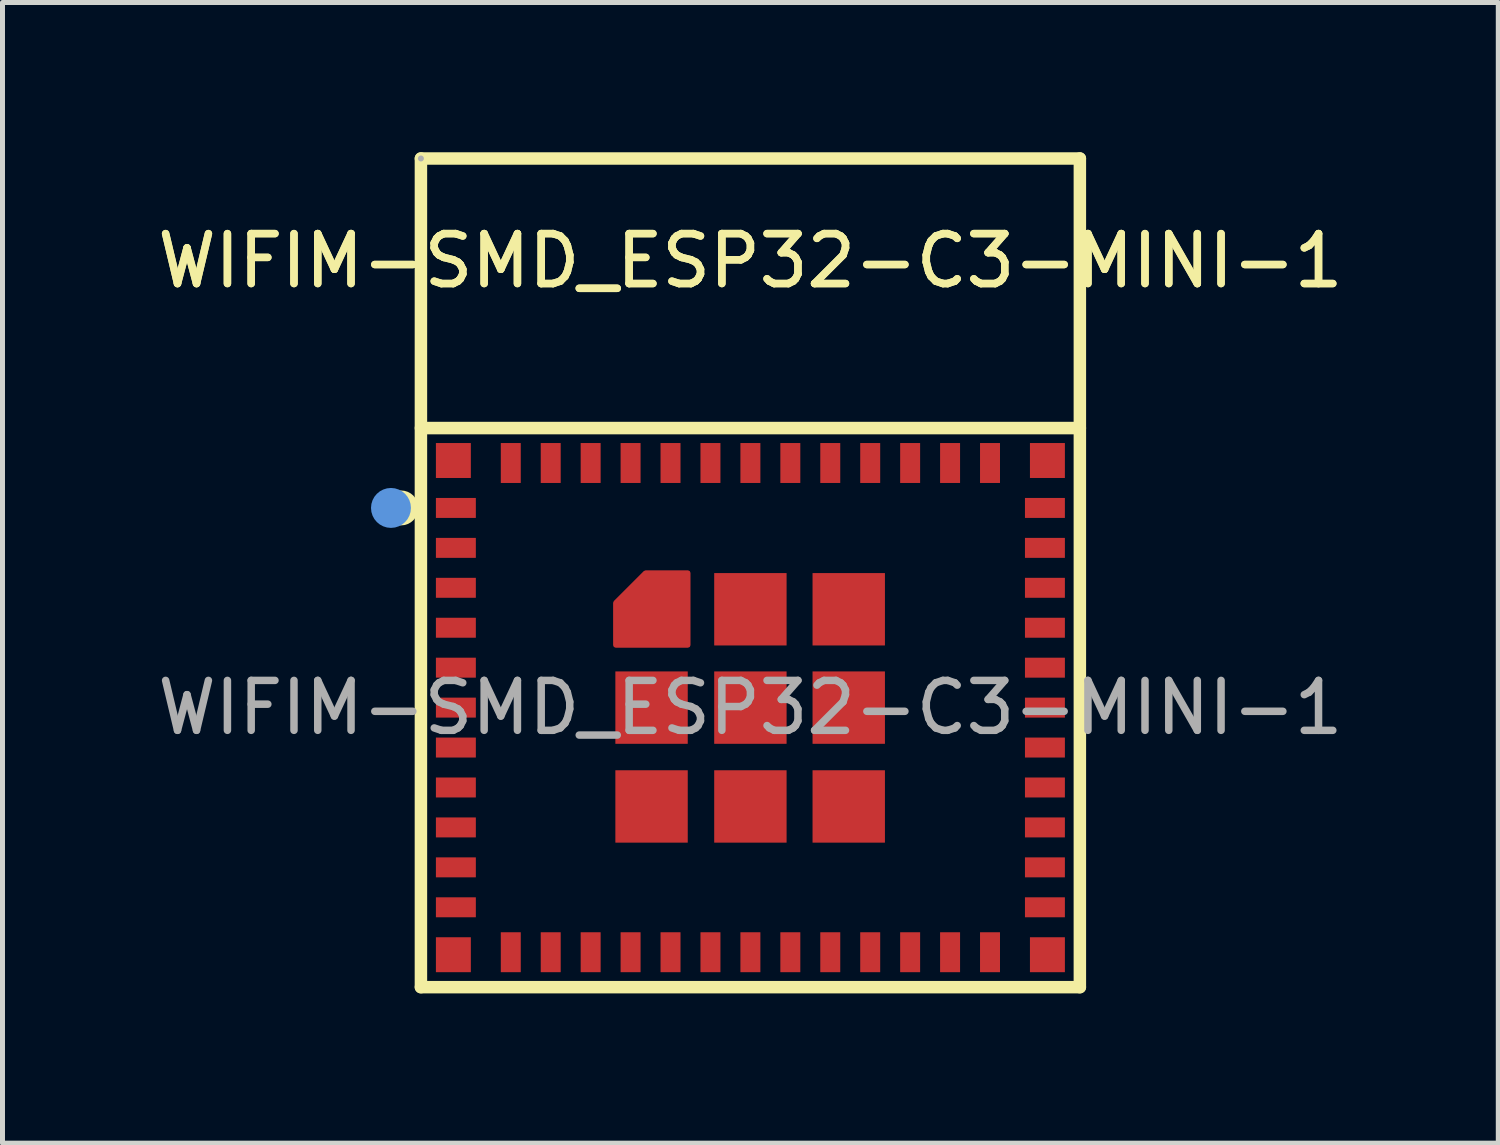
<source format=kicad_pcb>
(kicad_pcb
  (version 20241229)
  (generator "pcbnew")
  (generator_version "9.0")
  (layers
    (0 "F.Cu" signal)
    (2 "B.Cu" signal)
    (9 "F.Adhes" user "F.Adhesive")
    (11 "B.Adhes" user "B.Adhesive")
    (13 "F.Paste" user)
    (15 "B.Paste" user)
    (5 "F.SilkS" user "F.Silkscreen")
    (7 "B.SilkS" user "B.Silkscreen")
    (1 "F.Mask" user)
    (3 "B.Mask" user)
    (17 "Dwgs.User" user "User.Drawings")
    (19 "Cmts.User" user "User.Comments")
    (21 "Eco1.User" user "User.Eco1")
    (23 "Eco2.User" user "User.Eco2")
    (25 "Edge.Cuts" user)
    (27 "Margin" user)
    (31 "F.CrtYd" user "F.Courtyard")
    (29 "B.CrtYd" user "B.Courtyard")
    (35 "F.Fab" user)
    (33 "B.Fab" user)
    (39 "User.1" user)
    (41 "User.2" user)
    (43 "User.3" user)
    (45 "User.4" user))
  (footprint "WIFIM-SMD_ESP32-C3-MINI-1"
    (layer "F.Cu")
    (at 11.982 11.125)
    (property "Reference" "WIFIM-SMD_ESP32-C3-MINI-1" (at 0 -8.95 0) (layer "F.SilkS") (effects (font (size 1 1) (thickness 0.15))))
    (attr smd)
    (fp_line (start -6.6 -11) (end 6.6 -11) (stroke (width 0.25) (type solid)) (layer "F.SilkS"))
    (fp_line (start -6.6 5.6) (end -6.6 -11) (stroke (width 0.25) (type solid)) (layer "F.SilkS"))
    (fp_line (start -6.6 5.6) (end 6.6 5.6) (stroke (width 0.25) (type solid)) (layer "F.SilkS"))
    (fp_line (start 6.6 -5.6) (end -6.6 -5.6) (stroke (width 0.25) (type solid)) (layer "F.SilkS"))
    (fp_line (start 6.6 5.6) (end 6.6 -11) (stroke (width 0.25) (type solid)) (layer "F.SilkS"))
    (fp_circle (center -7 -4) (end -6.9 -4) (stroke (width 0.25) (type solid)) (fill no) (layer "F.SilkS"))
    (fp_circle (center -7.2 -4) (end -7 -4) (stroke (width 0.4) (type solid)) (fill no) (layer "Cmts.User"))
    (fp_circle (center -6.6 -11) (end -6.57 -11) (stroke (width 0.06) (type solid)) (fill no) (layer "F.Fab"))
    (fp_text user "${REFERENCE}" (at 0 -8.95 0) (layer "F.SilkS") (effects (font (size 1 1) (thickness 0.15))))
    (fp_text user "${REFERENCE}" (at 0 0 0) (layer "F.Fab") (effects (font (size 1 1) (thickness 0.15))))
    (pad "1" smd rect (at -5.9 -4 90) (size 0.4 0.8) (layers "F.Cu" "F.Mask" "F.Paste"))
    (pad "2" smd rect (at -5.9 -3.2 90) (size 0.4 0.8) (layers "F.Cu" "F.Mask" "F.Paste"))
    (pad "3" smd rect (at -5.9 -2.4 90) (size 0.4 0.8) (layers "F.Cu" "F.Mask" "F.Paste"))
    (pad "4" smd rect (at -5.9 -1.6 90) (size 0.4 0.8) (layers "F.Cu" "F.Mask" "F.Paste"))
    (pad "5" smd rect (at -5.9 -0.8 90) (size 0.4 0.8) (layers "F.Cu" "F.Mask" "F.Paste"))
    (pad "6" smd rect (at -5.9 0 90) (size 0.4 0.8) (layers "F.Cu" "F.Mask" "F.Paste"))
    (pad "7" smd rect (at -5.9 0.8 90) (size 0.4 0.8) (layers "F.Cu" "F.Mask" "F.Paste"))
    (pad "8" smd rect (at -5.9 1.6 90) (size 0.4 0.8) (layers "F.Cu" "F.Mask" "F.Paste"))
    (pad "9" smd rect (at -5.9 2.4 90) (size 0.4 0.8) (layers "F.Cu" "F.Mask" "F.Paste"))
    (pad "10" smd rect (at -5.9 3.2 90) (size 0.4 0.8) (layers "F.Cu" "F.Mask" "F.Paste"))
    (pad "11" smd rect (at -5.9 4 90) (size 0.4 0.8) (layers "F.Cu" "F.Mask" "F.Paste"))
    (pad "12" smd rect (at -4.8 4.9 180) (size 0.4 0.8) (layers "F.Cu" "F.Mask" "F.Paste"))
    (pad "13" smd rect (at -4 4.9 180) (size 0.4 0.8) (layers "F.Cu" "F.Mask" "F.Paste"))
    (pad "14" smd rect (at -3.2 4.9 180) (size 0.4 0.8) (layers "F.Cu" "F.Mask" "F.Paste"))
    (pad "15" smd rect (at -2.4 4.9 180) (size 0.4 0.8) (layers "F.Cu" "F.Mask" "F.Paste"))
    (pad "16" smd rect (at -1.6 4.9 180) (size 0.4 0.8) (layers "F.Cu" "F.Mask" "F.Paste"))
    (pad "17" smd rect (at -0.8 4.9 180) (size 0.4 0.8) (layers "F.Cu" "F.Mask" "F.Paste"))
    (pad "18" smd rect (at 0 4.9 180) (size 0.4 0.8) (layers "F.Cu" "F.Mask" "F.Paste"))
    (pad "19" smd rect (at 0.8 4.9 180) (size 0.4 0.8) (layers "F.Cu" "F.Mask" "F.Paste"))
    (pad "20" smd rect (at 1.6 4.9 180) (size 0.4 0.8) (layers "F.Cu" "F.Mask" "F.Paste"))
    (pad "21" smd rect (at 2.4 4.9 180) (size 0.4 0.8) (layers "F.Cu" "F.Mask" "F.Paste"))
    (pad "22" smd rect (at 3.2 4.9 180) (size 0.4 0.8) (layers "F.Cu" "F.Mask" "F.Paste"))
    (pad "23" smd rect (at 4 4.9 180) (size 0.4 0.8) (layers "F.Cu" "F.Mask" "F.Paste"))
    (pad "24" smd rect (at 4.8 4.9 180) (size 0.4 0.8) (layers "F.Cu" "F.Mask" "F.Paste"))
    (pad "25" smd rect (at 5.9 4 270) (size 0.4 0.8) (layers "F.Cu" "F.Mask" "F.Paste"))
    (pad "26" smd rect (at 5.9 3.2 270) (size 0.4 0.8) (layers "F.Cu" "F.Mask" "F.Paste"))
    (pad "27" smd rect (at 5.9 2.4 270) (size 0.4 0.8) (layers "F.Cu" "F.Mask" "F.Paste"))
    (pad "28" smd rect (at 5.9 1.6 270) (size 0.4 0.8) (layers "F.Cu" "F.Mask" "F.Paste"))
    (pad "29" smd rect (at 5.9 0.8 270) (size 0.4 0.8) (layers "F.Cu" "F.Mask" "F.Paste"))
    (pad "30" smd rect (at 5.9 0 270) (size 0.4 0.8) (layers "F.Cu" "F.Mask" "F.Paste"))
    (pad "31" smd rect (at 5.9 -0.8 270) (size 0.4 0.8) (layers "F.Cu" "F.Mask" "F.Paste"))
    (pad "32" smd rect (at 5.9 -1.6 270) (size 0.4 0.8) (layers "F.Cu" "F.Mask" "F.Paste"))
    (pad "33" smd rect (at 5.9 -2.4 270) (size 0.4 0.8) (layers "F.Cu" "F.Mask" "F.Paste"))
    (pad "34" smd rect (at 5.9 -3.2 270) (size 0.4 0.8) (layers "F.Cu" "F.Mask" "F.Paste"))
    (pad "35" smd rect (at 5.9 -4 270) (size 0.4 0.8) (layers "F.Cu" "F.Mask" "F.Paste"))
    (pad "36" smd rect (at 4.8 -4.9) (size 0.4 0.8) (layers "F.Cu" "F.Mask" "F.Paste"))
    (pad "37" smd rect (at 4 -4.9) (size 0.4 0.8) (layers "F.Cu" "F.Mask" "F.Paste"))
    (pad "38" smd rect (at 3.2 -4.9) (size 0.4 0.8) (layers "F.Cu" "F.Mask" "F.Paste"))
    (pad "39" smd rect (at 2.4 -4.9) (size 0.4 0.8) (layers "F.Cu" "F.Mask" "F.Paste"))
    (pad "40" smd rect (at 1.6 -4.9) (size 0.4 0.8) (layers "F.Cu" "F.Mask" "F.Paste"))
    (pad "41" smd rect (at 0.8 -4.9) (size 0.4 0.8) (layers "F.Cu" "F.Mask" "F.Paste"))
    (pad "42" smd rect (at 0 -4.9) (size 0.4 0.8) (layers "F.Cu" "F.Mask" "F.Paste"))
    (pad "43" smd rect (at -0.8 -4.9) (size 0.4 0.8) (layers "F.Cu" "F.Mask" "F.Paste"))
    (pad "44" smd rect (at -1.6 -4.9) (size 0.4 0.8) (layers "F.Cu" "F.Mask" "F.Paste"))
    (pad "45" smd rect (at -2.4 -4.9) (size 0.4 0.8) (layers "F.Cu" "F.Mask" "F.Paste"))
    (pad "46" smd rect (at -3.2 -4.9) (size 0.4 0.8) (layers "F.Cu" "F.Mask" "F.Paste"))
    (pad "47" smd rect (at -4 -4.9) (size 0.4 0.8) (layers "F.Cu" "F.Mask" "F.Paste"))
    (pad "48" smd rect (at -4.8 -4.9) (size 0.4 0.8) (layers "F.Cu" "F.Mask" "F.Paste"))
    (pad "49" smd custom (at -1.98 -1.98) (size 0.01 0.01) (layers "F.Cu" "F.Mask" "F.Paste") (options (anchor circle)) (primitives (gr_poly (pts (xy -0.72 -0.12) (xy -0.12 -0.72) (xy 0.73 -0.72) (xy 0.73 0.73) (xy -0.72 0.73)) (width 0.1) (fill yes))))
    (pad "49" smd rect (at -1.98 0) (size 1.45 1.45) (layers "F.Cu" "F.Mask" "F.Paste"))
    (pad "49" smd rect (at -1.98 1.98) (size 1.45 1.45) (layers "F.Cu" "F.Mask" "F.Paste"))
    (pad "49" smd rect (at 0 -1.97) (size 1.45 1.45) (layers "F.Cu" "F.Mask" "F.Paste"))
    (pad "49" smd rect (at 0 0) (size 1.45 1.45) (layers "F.Cu" "F.Mask" "F.Paste"))
    (pad "49" smd rect (at 0 1.98) (size 1.45 1.45) (layers "F.Cu" "F.Mask" "F.Paste"))
    (pad "49" smd rect (at 1.97 -1.97) (size 1.45 1.45) (layers "F.Cu" "F.Mask" "F.Paste"))
    (pad "49" smd rect (at 1.97 0) (size 1.45 1.45) (layers "F.Cu" "F.Mask" "F.Paste"))
    (pad "49" smd rect (at 1.97 1.98) (size 1.45 1.45) (layers "F.Cu" "F.Mask" "F.Paste"))
    (pad "50" smd rect (at 5.95 -4.95) (size 0.7 0.7) (layers "F.Cu" "F.Mask" "F.Paste"))
    (pad "51" smd rect (at 5.95 4.95) (size 0.7 0.7) (layers "F.Cu" "F.Mask" "F.Paste"))
    (pad "52" smd rect (at -5.95 4.95) (size 0.7 0.7) (layers "F.Cu" "F.Mask" "F.Paste"))
    (pad "53" smd rect (at -5.95 -4.95) (size 0.7 0.7) (layers "F.Cu" "F.Mask" "F.Paste")))
  (gr_rect
    (start -3 -3)
    (end 26.964 19.85)
    (stroke (width 0.1) (type default))
    (fill no)
    (layer "Edge.Cuts")))
</source>
